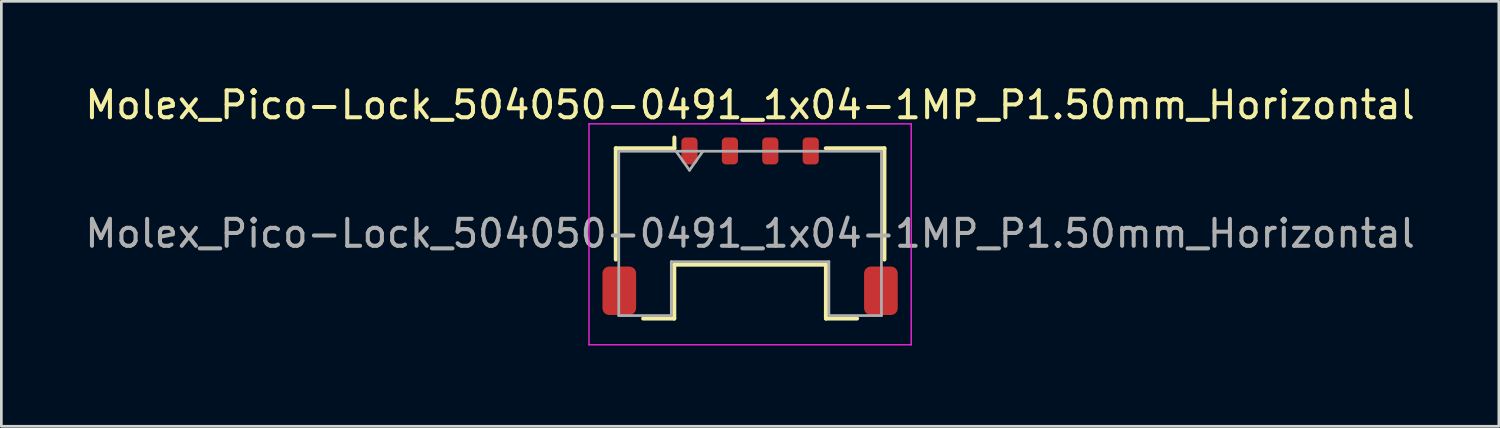
<source format=kicad_pcb>
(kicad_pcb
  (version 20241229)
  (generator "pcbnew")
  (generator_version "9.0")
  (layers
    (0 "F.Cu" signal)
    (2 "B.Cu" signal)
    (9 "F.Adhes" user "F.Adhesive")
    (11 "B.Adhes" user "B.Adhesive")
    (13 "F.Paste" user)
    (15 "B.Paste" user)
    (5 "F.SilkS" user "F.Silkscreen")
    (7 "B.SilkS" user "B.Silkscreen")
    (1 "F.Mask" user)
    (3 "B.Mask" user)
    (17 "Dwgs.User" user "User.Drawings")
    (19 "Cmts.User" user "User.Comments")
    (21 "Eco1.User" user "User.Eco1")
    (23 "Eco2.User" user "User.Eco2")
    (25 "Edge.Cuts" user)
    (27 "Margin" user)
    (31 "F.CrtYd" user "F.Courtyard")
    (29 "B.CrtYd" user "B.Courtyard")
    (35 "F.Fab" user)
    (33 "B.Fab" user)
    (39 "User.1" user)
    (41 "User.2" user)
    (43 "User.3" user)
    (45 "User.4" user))
  (footprint "Molex_Pico-Lock_504050-0491_1x04-1MP_P1.50mm_Horizontal"
    (layer "F.Cu")
    (at 24.792 5.348)
    (property "Reference" "Molex_Pico-Lock_504050-0491_1x04-1MP_P1.50mm_Horizontal" (at 0 -4.5 0) (layer "F.SilkS") (effects (font (size 1 1) (thickness 0.15))))
    (attr smd)
    (fp_line (start -4.985 -2.895) (end -2.81 -2.895) (stroke (width 0.15) (type solid)) (layer "F.SilkS"))
    (fp_line (start -4.985 1.235) (end -4.985 -2.895) (stroke (width 0.15) (type solid)) (layer "F.SilkS"))
    (fp_line (start -3.97 3.425) (end -2.815 3.425) (stroke (width 0.15) (type solid)) (layer "F.SilkS"))
    (fp_line (start -2.815 1.425) (end 2.815 1.425) (stroke (width 0.15) (type solid)) (layer "F.SilkS"))
    (fp_line (start -2.815 3.425) (end -2.815 1.425) (stroke (width 0.15) (type solid)) (layer "F.SilkS"))
    (fp_line (start -2.81 -2.895) (end -2.81 -3.295) (stroke (width 0.15) (type solid)) (layer "F.SilkS"))
    (fp_line (start 2.815 1.425) (end 2.815 3.425) (stroke (width 0.15) (type solid)) (layer "F.SilkS"))
    (fp_line (start 2.815 3.425) (end 3.97 3.425) (stroke (width 0.15) (type solid)) (layer "F.SilkS"))
    (fp_line (start 4.985 -2.895) (end 2.81 -2.895) (stroke (width 0.15) (type solid)) (layer "F.SilkS"))
    (fp_line (start 4.985 1.235) (end 4.985 -2.895) (stroke (width 0.15) (type solid)) (layer "F.SilkS"))
    (fp_line (start -5.98 -3.8) (end -5.98 4.4) (stroke (width 0.05) (type solid)) (layer "F.CrtYd"))
    (fp_line (start -5.98 4.4) (end 5.98 4.4) (stroke (width 0.05) (type solid)) (layer "F.CrtYd"))
    (fp_line (start 5.98 -3.8) (end -5.98 -3.8) (stroke (width 0.05) (type solid)) (layer "F.CrtYd"))
    (fp_line (start 5.98 4.4) (end 5.98 -3.8) (stroke (width 0.05) (type solid)) (layer "F.CrtYd"))
    (fp_line (start -4.875 -2.785) (end -4.875 3.315) (stroke (width 0.1) (type solid)) (layer "F.Fab"))
    (fp_line (start -4.875 -2.785) (end 4.875 -2.785) (stroke (width 0.1) (type solid)) (layer "F.Fab"))
    (fp_line (start -4.875 3.315) (end -2.925 3.315) (stroke (width 0.1) (type solid)) (layer "F.Fab"))
    (fp_line (start -2.925 1.315) (end 2.925 1.315) (stroke (width 0.1) (type solid)) (layer "F.Fab"))
    (fp_line (start -2.925 3.315) (end -2.925 1.315) (stroke (width 0.1) (type solid)) (layer "F.Fab"))
    (fp_line (start -2.75 -2.785) (end -2.25 -2.078) (stroke (width 0.1) (type solid)) (layer "F.Fab"))
    (fp_line (start -2.25 -2.078) (end -1.75 -2.785) (stroke (width 0.1) (type solid)) (layer "F.Fab"))
    (fp_line (start 2.925 1.315) (end 2.925 3.315) (stroke (width 0.1) (type solid)) (layer "F.Fab"))
    (fp_line (start 2.925 3.315) (end 4.875 3.315) (stroke (width 0.1) (type solid)) (layer "F.Fab"))
    (fp_line (start 4.875 -2.785) (end 4.875 3.315) (stroke (width 0.1) (type solid)) (layer "F.Fab"))
    (fp_text user "${REFERENCE}" (at 0 0.27 0) (layer "F.Fab") (effects (font (size 1 1) (thickness 0.15))))
    (pad "1" smd roundrect (at -2.25 -2.795) (size 0.6 1) (layers "F.Cu" "F.Mask" "F.Paste") (roundrect_rratio 0.25))
    (pad "2" smd roundrect (at -0.75 -2.795) (size 0.6 1) (layers "F.Cu" "F.Mask" "F.Paste") (roundrect_rratio 0.25))
    (pad "3" smd roundrect (at 0.75 -2.795) (size 0.6 1) (layers "F.Cu" "F.Mask" "F.Paste") (roundrect_rratio 0.25))
    (pad "4" smd roundrect (at 2.25 -2.795) (size 0.6 1) (layers "F.Cu" "F.Mask" "F.Paste") (roundrect_rratio 0.25))
    (pad "MP" smd roundrect (at -4.855 2.395) (size 1.25 1.8) (layers "F.Cu" "F.Mask" "F.Paste") (roundrect_rratio 0.2))
    (pad "MP" smd roundrect (at 4.855 2.395) (size 1.25 1.8) (layers "F.Cu" "F.Mask" "F.Paste") (roundrect_rratio 0.2)))
  (gr_rect
    (start -3 -3)
    (end 52.583 12.773)
    (stroke (width 0.1) (type default))
    (fill no)
    (layer "Edge.Cuts")))
</source>
